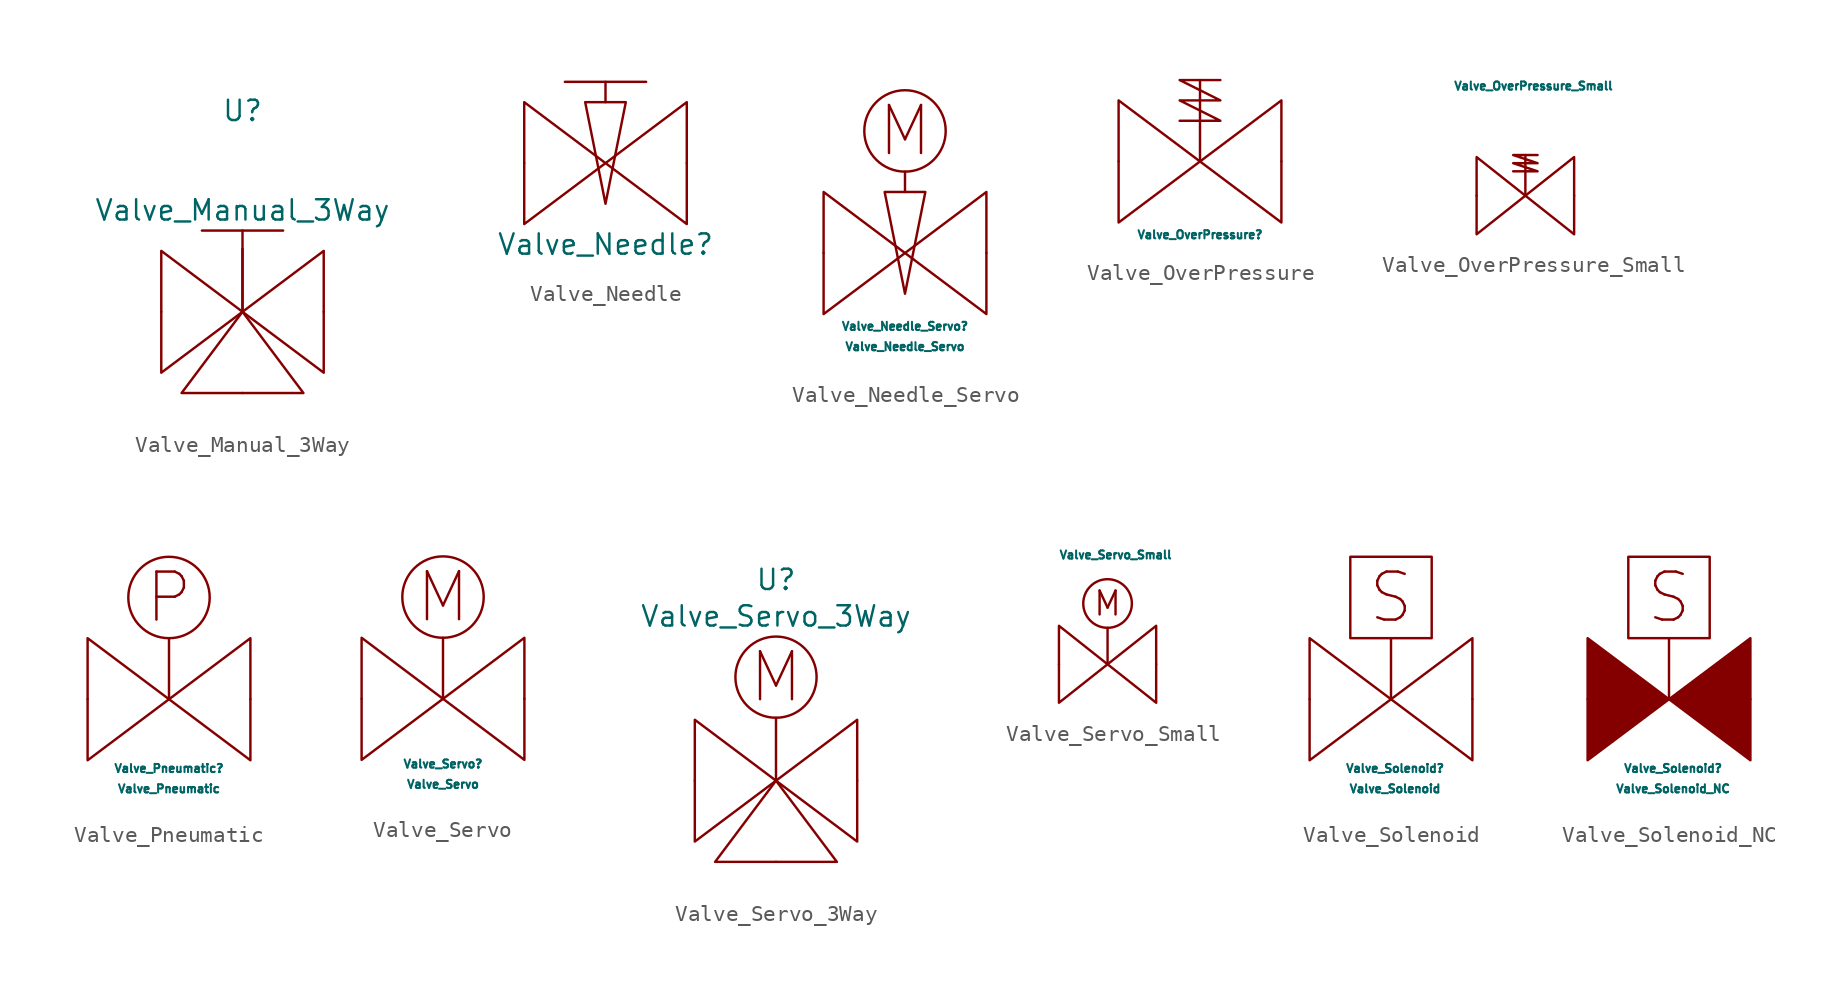
<source format=kicad_sym>
(kicad_symbol_lib
  (version 20211014)
  (generator kicad_symbol_editor)
  (symbol "Valve_Manual_3Way"
    (pin_names
      (offset 1.016))
    (property "Reference" "U"
      (at 0 12.573 0)
      (effects (font (size 1.27 1.27))))
    (property "Value" "Valve_Manual_3Way"
      (at 0 6.35 0)
      (effects (font (size 1.27 1.27))))
    (symbol "Valve_Manual_3Way_0_0"
      (polyline (pts (xy -2.54 5.08) (xy 2.54 5.08)) (stroke (width 0) (type default) (color 0 0 0 0)) (fill (type none)))
      (polyline (pts (xy 0 0) (xy 0 5.08)) (stroke (width 0) (type default) (color 0 0 0 0)) (fill (type none))))
    (symbol "Valve_Manual_3Way_1_1"
      (polyline (pts (xy 0 0.127) (xy 0 3.937)) (stroke (width 0) (type default) (color 0 0 0 0)) (fill (type none)))
      (polyline (pts (xy 0 0) (xy -5.08 3.81) (xy -5.08 -3.81) (xy 0 0)) (stroke (width 0) (type default) (color 0 0 0 0)) (fill (type none)))
      (polyline (pts (xy 3.81 -5.08) (xy 0 0) (xy -3.81 -5.08) (xy 3.81 -5.08)) (stroke (width 0) (type default) (color 0 0 0 0)) (fill (type none)))
      (polyline (pts (xy 5.08 3.81) (xy 0 0) (xy 5.08 -3.81) (xy 5.08 3.81)) (stroke (width 0) (type default) (color 0 0 0 0)) (fill (type none)))
      (pin bidirectional line (at -5.08 0 0) (length 0) (name "" (effects (font (size 1.27 1.27)))) (number "" (effects (font (size 1.27 1.27)))))
      (pin bidirectional line (at 0 -5.08 90) (length 0) (name "" (effects (font (size 1.27 1.27)))) (number "" (effects (font (size 1.27 1.27)))))
      (pin bidirectional line (at 5.08 0 180) (length 0) (name "" (effects (font (size 1.27 1.27)))) (number "" (effects (font (size 1.27 1.27)))))))
  (symbol "Valve_Needle"
    (pin_numbers hide)
    (pin_names
      (offset 1.016))
    (property "Reference" "Valve_Needle"
      (at 0 -5.08 0)
      (effects (font (size 1.27 1.27))))
    (symbol "Valve_Needle_0_0"
      (polyline (pts (xy -2.54 5.08) (xy 2.54 5.08)) (stroke (width 0) (type default) (color 0 0 0 0)) (fill (type none)))
      (polyline (pts (xy 0 3.81) (xy 0 5.08)) (stroke (width 0) (type default) (color 0 0 0 0)) (fill (type none)))
      (polyline (pts (xy 0 -2.54) (xy -1.27 3.81) (xy 1.27 3.81) (xy 0 -2.54)) (stroke (width 0) (type default) (color 0 0 0 0)) (fill (type none))))
    (symbol "Valve_Needle_1_1"
      (polyline (pts (xy 0 0) (xy -5.08 3.81) (xy -5.08 -3.81) (xy 0 0)) (stroke (width 0) (type default) (color 0 0 0 0)) (fill (type none)))
      (polyline (pts (xy 5.08 3.81) (xy 0 0) (xy 5.08 -3.81) (xy 5.08 3.81)) (stroke (width 0) (type default) (color 0 0 0 0)) (fill (type none)))
      (pin bidirectional line (at -5.08 0 0) (length 0) (name "~" (effects (font (size 1.27 1.27)))) (number "~" (effects (font (size 1.27 1.27)))))
      (pin bidirectional line (at 5.08 0 180) (length 0) (name "~" (effects (font (size 1.27 1.27)))) (number "~" (effects (font (size 1.27 1.27)))))))
  (symbol "Valve_Needle_Servo"
    (pin_numbers hide)
    (pin_names
      (offset 1.016))
    (property "Reference" "Valve_Needle_Servo"
      (at 0 -4.572 0)
      (effects (font (size 0.508 0.508))))
    (property "Value" "Valve_Needle_Servo"
      (at 0 -5.842 0)
      (effects (font (size 0.508 0.508))))
    (symbol "Valve_Needle_Servo_0_0"
      (polyline (pts (xy 0 3.81) (xy 0 5.08)) (stroke (width 0) (type default) (color 0 0 0 0)) (fill (type none)))
      (polyline (pts (xy 0 -2.54) (xy -1.27 3.81) (xy 1.27 3.81) (xy 0 -2.54)) (stroke (width 0) (type default) (color 0 0 0 0)) (fill (type none)))
      (circle (center 0 7.62) (radius 2.54) (stroke (width 0) (type default) (color 0 0 0 0)) (fill (type none)))
      (text "M" (at 0 7.62 0) (effects (font (size 2.997 2.997)))))
    (symbol "Valve_Needle_Servo_1_1"
      (polyline (pts (xy 0 0) (xy -5.08 3.81) (xy -5.08 -3.81) (xy 0 0)) (stroke (width 0) (type default) (color 0 0 0 0)) (fill (type none)))
      (polyline (pts (xy 5.08 3.81) (xy 0 0) (xy 5.08 -3.81) (xy 5.08 3.81)) (stroke (width 0) (type default) (color 0 0 0 0)) (fill (type none)))
      (pin bidirectional line (at -5.08 0 0) (length 0) (name "~" (effects (font (size 1.27 1.27)))) (number "~" (effects (font (size 1.27 1.27)))))
      (pin bidirectional line (at 5.08 0 180) (length 0) (name "~" (effects (font (size 1.27 1.27)))) (number "~" (effects (font (size 1.27 1.27)))))))
  (symbol "Valve_OverPressure"
    (pin_numbers hide)
    (pin_names
      (offset 1.016))
    (property "Reference" "Valve_OverPressure"
      (at 0 -4.572 0)
      (effects (font (size 0.508 0.508))))
    (symbol "Valve_OverPressure_0_0"
      (polyline (pts (xy 0 0) (xy 0 5.08)) (stroke (width 0) (type default) (color 0 0 0 0)) (fill (type none)))
      (polyline (pts (xy -1.27 2.54) (xy 1.27 2.54) (xy -1.27 3.81) (xy 1.27 3.81) (xy -1.27 5.08) (xy 1.27 5.08)) (stroke (width 0) (type default) (color 0 0 0 0)) (fill (type none))))
    (symbol "Valve_OverPressure_1_1"
      (polyline (pts (xy 0 0) (xy -5.08 3.81) (xy -5.08 -3.81) (xy 0 0)) (stroke (width 0) (type default) (color 0 0 0 0)) (fill (type none)))
      (polyline (pts (xy 5.08 3.81) (xy 0 0) (xy 5.08 -3.81) (xy 5.08 3.81)) (stroke (width 0) (type default) (color 0 0 0 0)) (fill (type none)))
      (pin bidirectional line (at -5.08 0 0) (length 0) (name "~" (effects (font (size 1.27 1.27)))) (number "~" (effects (font (size 1.27 1.27)))))
      (pin bidirectional line (at 5.08 0 180) (length 0) (name "~" (effects (font (size 1.27 1.27)))) (number "~" (effects (font (size 1.27 1.27)))))))
  (symbol "Valve_OverPressure_Small"
    (pin_names
      (offset 1.016))
    (property "Reference" "Valve_Overpressure_Small"
      (at 0 -3.302 0)
      (effects (font (size 0.508 0.508)) hide))
    (property "Value" "Valve_OverPressure_Small"
      (at 0.508 6.858 0)
      (effects (font (size 0.508 0.508))))
    (symbol "Valve_OverPressure_Small_0_0"
      (polyline (pts (xy 0 0) (xy -3.048 2.413) (xy -3.048 -2.413) (xy 0 0)) (stroke (width 0) (type default) (color 0 0 0 0)) (fill (type none))))
    (symbol "Valve_OverPressure_Small_0_1"
      (polyline (pts (xy 0.762 2.54) (xy -0.762 2.54) (xy 0.762 2.032) (xy -0.762 2.032) (xy 0.762 1.524) (xy -0.762 1.524)) (stroke (width 0) (type default) (color 0 0 0 0)) (fill (type none))))
    (symbol "Valve_OverPressure_Small_1_1"
      (polyline (pts (xy 0 0) (xy 0 2.54)) (stroke (width 0) (type default) (color 0 0 0 0)) (fill (type none)))
      (polyline (pts (xy 0 0) (xy 3.048 -2.413) (xy 3.048 2.413) (xy 0 0)) (stroke (width 0) (type default) (color 0 0 0 0)) (fill (type none)))
      (pin bidirectional line (at -3.048 0 0) (length 0) (name "~" (effects (font (size 1.27 1.27)))) (number "" (effects (font (size 1.27 1.27)))))
      (pin bidirectional line (at 3.048 0 180) (length 0) (name "~" (effects (font (size 1.27 1.27)))) (number "" (effects (font (size 1.27 1.27)))))))
  (symbol "Valve_Pneumatic"
    (pin_numbers hide)
    (pin_names
      (offset 1.016))
    (property "Reference" "Valve_Pneumatic"
      (at 0 -4.318 0)
      (effects (font (size 0.508 0.508))))
    (property "Value" "Valve_Pneumatic"
      (at 0 -5.588 0)
      (effects (font (size 0.508 0.508))))
    (symbol "Valve_Pneumatic_0_0"
      (polyline (pts (xy 0 0) (xy 0 3.81)) (stroke (width 0) (type default) (color 0 0 0 0)) (fill (type none)))
      (circle (center 0 6.35) (radius 2.54) (stroke (width 0) (type default) (color 0 0 0 0)) (fill (type none)))
      (text "P" (at 0 6.35 0) (effects (font (size 2.997 2.997)))))
    (symbol "Valve_Pneumatic_1_1"
      (polyline (pts (xy 0 0) (xy -5.08 3.81) (xy -5.08 -3.81) (xy 0 0)) (stroke (width 0) (type default) (color 0 0 0 0)) (fill (type none)))
      (polyline (pts (xy 5.08 3.81) (xy 0 0) (xy 5.08 -3.81) (xy 5.08 3.81)) (stroke (width 0) (type default) (color 0 0 0 0)) (fill (type none)))
      (pin bidirectional line (at -5.08 0 0) (length 0) (name "~" (effects (font (size 1.27 1.27)))) (number "~" (effects (font (size 1.27 1.27)))))
      (pin bidirectional line (at 5.08 0 180) (length 0) (name "~" (effects (font (size 1.27 1.27)))) (number "~" (effects (font (size 1.27 1.27)))))))
  (symbol "Valve_Servo"
    (pin_numbers hide)
    (pin_names
      (offset 1.016))
    (property "Reference" "Valve_Servo"
      (at 0 -4.064 0)
      (effects (font (size 0.508 0.508))))
    (property "Value" "Valve_Servo"
      (at 0 -5.334 0)
      (effects (font (size 0.508 0.508))))
    (symbol "Valve_Servo_0_0"
      (polyline (pts (xy 0 0) (xy 0 3.81)) (stroke (width 0) (type default) (color 0 0 0 0)) (fill (type none)))
      (circle (center 0 6.35) (radius 2.54) (stroke (width 0) (type default) (color 0 0 0 0)) (fill (type none)))
      (text "M" (at 0 6.35 0) (effects (font (size 2.997 2.997)))))
    (symbol "Valve_Servo_0_1"
      (polyline (pts (xy 0 0) (xy -5.08 3.81) (xy -5.08 -3.81) (xy 0 0)) (stroke (width 0) (type default) (color 0 0 0 0)) (fill (type none))))
    (symbol "Valve_Servo_1_1"
      (polyline (pts (xy 5.08 3.81) (xy 0 0) (xy 5.08 -3.81) (xy 5.08 3.81)) (stroke (width 0) (type default) (color 0 0 0 0)) (fill (type none)))
      (pin bidirectional line (at -5.08 0 0) (length 0) (name "~" (effects (font (size 1.27 1.27)))) (number "~" (effects (font (size 1.27 1.27)))))
      (pin bidirectional line (at 5.08 0 180) (length 0) (name "~" (effects (font (size 1.27 1.27)))) (number "~" (effects (font (size 1.27 1.27)))))))
  (symbol "Valve_Servo_3Way"
    (pin_names
      (offset 1.016))
    (property "Reference" "U"
      (at 0 12.573 0)
      (effects (font (size 1.27 1.27))))
    (property "Value" "Valve_Servo_3Way"
      (at 0 10.287 0)
      (effects (font (size 1.27 1.27))))
    (symbol "Valve_Servo_3Way_1_1"
      (polyline (pts (xy 0 0.127) (xy 0 3.937)) (stroke (width 0) (type default) (color 0 0 0 0)) (fill (type none)))
      (polyline (pts (xy 0 0) (xy -5.08 3.81) (xy -5.08 -3.81) (xy 0 0)) (stroke (width 0) (type default) (color 0 0 0 0)) (fill (type none)))
      (polyline (pts (xy 3.81 -5.08) (xy 0 0) (xy -3.81 -5.08) (xy 3.81 -5.08)) (stroke (width 0) (type default) (color 0 0 0 0)) (fill (type none)))
      (polyline (pts (xy 5.08 3.81) (xy 0 0) (xy 5.08 -3.81) (xy 5.08 3.81)) (stroke (width 0) (type default) (color 0 0 0 0)) (fill (type none)))
      (circle (center 0 6.477) (radius 2.54) (stroke (width 0) (type default) (color 0 0 0 0)) (fill (type none)))
      (text "M" (at 0 6.477 0) (effects (font (size 2.997 2.997))))
      (pin bidirectional line (at -5.08 0 0) (length 0) (name "" (effects (font (size 1.27 1.27)))) (number "" (effects (font (size 1.27 1.27)))))
      (pin bidirectional line (at 0 -5.08 90) (length 0) (name "" (effects (font (size 1.27 1.27)))) (number "" (effects (font (size 1.27 1.27)))))
      (pin bidirectional line (at 5.08 0 180) (length 0) (name "" (effects (font (size 1.27 1.27)))) (number "" (effects (font (size 1.27 1.27)))))))
  (symbol "Valve_Servo_Small"
    (pin_names
      (offset 1.016))
    (property "Reference" "Valve_Servo_Small"
      (at 0 -3.302 0)
      (effects (font (size 0.508 0.508)) hide))
    (property "Value" "Valve_Servo_Small"
      (at 0.508 6.858 0)
      (effects (font (size 0.508 0.508))))
    (symbol "Valve_Servo_Small_0_0"
      (polyline (pts (xy 0 0) (xy -3.048 2.413) (xy -3.048 -2.413) (xy 0 0)) (stroke (width 0) (type default) (color 0 0 0 0)) (fill (type none))))
    (symbol "Valve_Servo_Small_1_1"
      (polyline (pts (xy 0 0) (xy 0 2.286)) (stroke (width 0) (type default) (color 0 0 0 0)) (fill (type none)))
      (polyline (pts (xy 0 0) (xy 3.048 -2.413) (xy 3.048 2.413) (xy 0 0)) (stroke (width 0) (type default) (color 0 0 0 0)) (fill (type none)))
      (circle (center 0 3.81) (radius 1.524) (stroke (width 0) (type default) (color 0 0 0 0)) (fill (type none)))
      (text "M" (at 0 3.81 0) (effects (font (size 1.499 1.499))))
      (pin bidirectional line (at -3.048 0 0) (length 0) (name "~" (effects (font (size 1.27 1.27)))) (number "" (effects (font (size 1.27 1.27)))))
      (pin bidirectional line (at 3.048 0 180) (length 0) (name "~" (effects (font (size 1.27 1.27)))) (number "" (effects (font (size 1.27 1.27)))))))
  (symbol "Valve_Solenoid"
    (pin_numbers hide)
    (pin_names
      (offset 1.016))
    (property "Reference" "Valve_Solenoid"
      (at 0.254 -4.318 0)
      (effects (font (size 0.508 0.508))))
    (property "Value" "Valve_Solenoid"
      (at 0.254 -5.588 0)
      (effects (font (size 0.508 0.508))))
    (symbol "Valve_Solenoid_0_0"
      (rectangle (start -2.54 3.81) (end 2.54 8.89) (stroke (width 0) (type default) (color 0 0 0 0)) (fill (type none)))
      (text "S" (at 0 6.35 0) (effects (font (size 2.997 2.997)))))
    (symbol "Valve_Solenoid_0_1"
      (polyline (pts (xy 0 3.81) (xy 0 0)) (stroke (width 0) (type default) (color 0 0 0 0)) (fill (type none))))
    (symbol "Valve_Solenoid_1_1"
      (polyline (pts (xy 0 0) (xy -5.08 3.81) (xy -5.08 -3.81) (xy 0 0)) (stroke (width 0) (type default) (color 0 0 0 0)) (fill (type none)))
      (polyline (pts (xy 5.08 3.81) (xy 0 0) (xy 5.08 -3.81) (xy 5.08 3.81)) (stroke (width 0) (type default) (color 0 0 0 0)) (fill (type none)))
      (pin bidirectional line (at -5.08 0 0) (length 0) (name "~" (effects (font (size 1.27 1.27)))) (number "~" (effects (font (size 1.27 1.27)))))
      (pin bidirectional line (at 5.08 0 180) (length 0) (name "~" (effects (font (size 1.27 1.27)))) (number "~" (effects (font (size 1.27 1.27)))))))
  (symbol "Valve_Solenoid_NC"
    (pin_numbers hide)
    (pin_names
      (offset 1.016))
    (property "Reference" "Valve_Solenoid"
      (at 0.254 -4.318 0)
      (effects (font (size 0.508 0.508))))
    (property "Value" "Valve_Solenoid_NC"
      (at 0.254 -5.588 0)
      (effects (font (size 0.508 0.508))))
    (symbol "Valve_Solenoid_NC_0_0"
      (rectangle (start -2.54 3.81) (end 2.54 8.89) (stroke (width 0) (type default) (color 0 0 0 0)) (fill (type none)))
      (text "S" (at 0 6.35 0) (effects (font (size 2.997 2.997)))))
    (symbol "Valve_Solenoid_NC_0_1"
      (polyline (pts (xy 0 3.81) (xy 0 0)) (stroke (width 0) (type default) (color 0 0 0 0)) (fill (type none))))
    (symbol "Valve_Solenoid_NC_1_1"
      (polyline (pts (xy 0 0) (xy -5.08 3.81) (xy -5.08 -3.81) (xy 0 0)) (stroke (width 0) (type default) (color 0 0 0 0)) (fill (type outline)))
      (polyline (pts (xy 5.08 3.81) (xy 0 0) (xy 5.08 -3.81) (xy 5.08 3.81)) (stroke (width 0) (type default) (color 0 0 0 0)) (fill (type outline)))
      (pin bidirectional line (at -5.08 0 0) (length 0) (name "~" (effects (font (size 1.27 1.27)))) (number "~" (effects (font (size 1.27 1.27)))))
      (pin bidirectional line (at 5.08 0 180) (length 0) (name "~" (effects (font (size 1.27 1.27)))) (number "~" (effects (font (size 1.27 1.27))))))))
</source>
